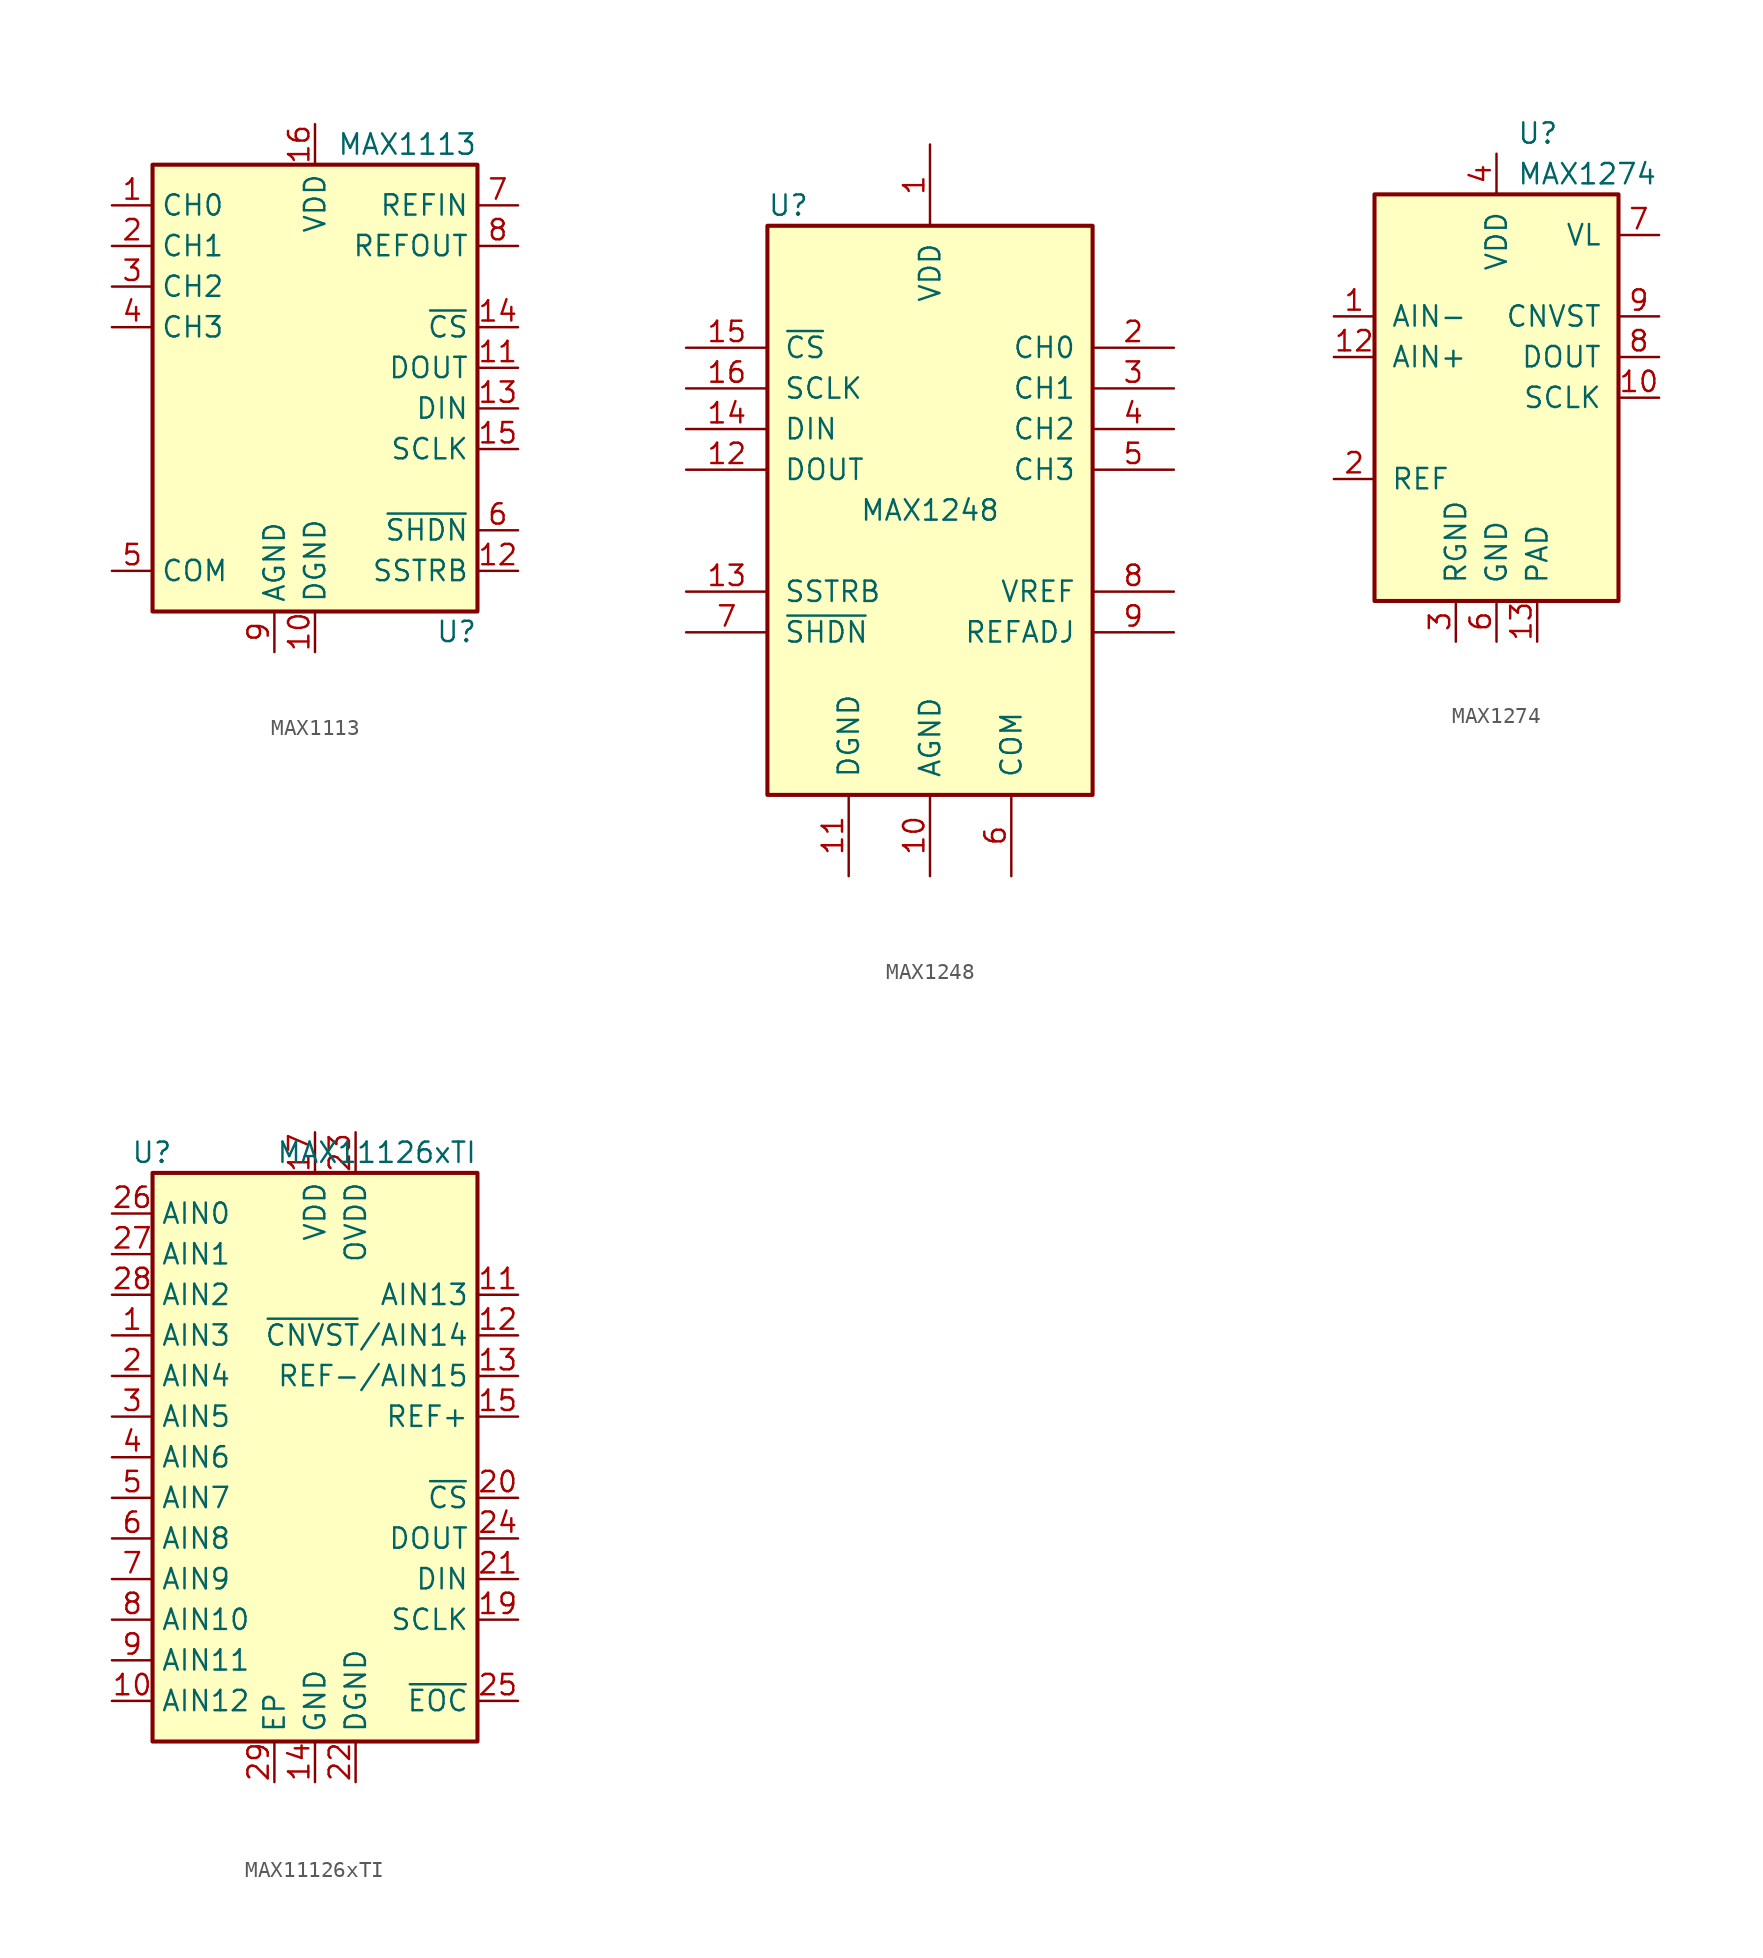
<source format=kicad_sym>
(kicad_symbol_lib
  (version 20201005)
  (generator kicad_symbol_editor)
  (symbol "Analog_ADC:MAX1113"
    (property "Reference" "U"
      (at 10.16 -13.97 0)
      (effects (font (size 1.27 1.27)) (justify right)))
    (property "Value" "MAX1113"
      (at 10.16 16.51 0)
      (effects (font (size 1.27 1.27)) (justify right)))
    (symbol "MAX1113_0_1"
      (rectangle (start 10.16 15.24) (end -10.16 -12.7) (stroke (width 0.254)) (fill (type background))))
    (symbol "MAX1113_1_1"
      (pin input line (at -12.7 12.7 0) (length 2.54) (name "CH0" (effects (font (size 1.27 1.27)))) (number "1" (effects (font (size 1.27 1.27)))))
      (pin power_in line (at 0 -15.24 90) (length 2.54) (name "DGND" (effects (font (size 1.27 1.27)))) (number "10" (effects (font (size 1.27 1.27)))))
      (pin output line (at 12.7 2.54 180) (length 2.54) (name "DOUT" (effects (font (size 1.27 1.27)))) (number "11" (effects (font (size 1.27 1.27)))))
      (pin output line (at 12.7 -10.16 180) (length 2.54) (name "SSTRB" (effects (font (size 1.27 1.27)))) (number "12" (effects (font (size 1.27 1.27)))))
      (pin input line (at 12.7 0 180) (length 2.54) (name "DIN" (effects (font (size 1.27 1.27)))) (number "13" (effects (font (size 1.27 1.27)))))
      (pin input line (at 12.7 5.08 180) (length 2.54) (name "~CS" (effects (font (size 1.27 1.27)))) (number "14" (effects (font (size 1.27 1.27)))))
      (pin input line (at 12.7 -2.54 180) (length 2.54) (name "SCLK" (effects (font (size 1.27 1.27)))) (number "15" (effects (font (size 1.27 1.27)))))
      (pin power_in line (at 0 17.78 270) (length 2.54) (name "VDD" (effects (font (size 1.27 1.27)))) (number "16" (effects (font (size 1.27 1.27)))))
      (pin input line (at -12.7 10.16 0) (length 2.54) (name "CH1" (effects (font (size 1.27 1.27)))) (number "2" (effects (font (size 1.27 1.27)))))
      (pin input line (at -12.7 7.62 0) (length 2.54) (name "CH2" (effects (font (size 1.27 1.27)))) (number "3" (effects (font (size 1.27 1.27)))))
      (pin input line (at -12.7 5.08 0) (length 2.54) (name "CH3" (effects (font (size 1.27 1.27)))) (number "4" (effects (font (size 1.27 1.27)))))
      (pin power_in line (at -12.7 -10.16 0) (length 2.54) (name "COM" (effects (font (size 1.27 1.27)))) (number "5" (effects (font (size 1.27 1.27)))))
      (pin input line (at 12.7 -7.62 180) (length 2.54) (name "~SHDN" (effects (font (size 1.27 1.27)))) (number "6" (effects (font (size 1.27 1.27)))))
      (pin power_in line (at 12.7 12.7 180) (length 2.54) (name "REFIN" (effects (font (size 1.27 1.27)))) (number "7" (effects (font (size 1.27 1.27)))))
      (pin power_out line (at 12.7 10.16 180) (length 2.54) (name "REFOUT" (effects (font (size 1.27 1.27)))) (number "8" (effects (font (size 1.27 1.27)))))
      (pin power_in line (at -2.54 -15.24 90) (length 2.54) (name "AGND" (effects (font (size 1.27 1.27)))) (number "9" (effects (font (size 1.27 1.27)))))))
  (symbol "Analog_ADC:MAX1248"
    (pin_names
      (offset 1.016))
    (property "Reference" "U"
      (at -10.16 19.05 0)
      (effects (font (size 1.27 1.27)) (justify left)))
    (property "Value" "MAX1248"
      (at 0 0 0)
      (effects (font (size 1.27 1.27))))
    (symbol "MAX1248_0_1"
      (rectangle (start -10.16 17.78) (end 10.16 -17.78) (stroke (width 0.254)) (fill (type background))))
    (symbol "MAX1248_1_1"
      (pin power_in line (at 0 22.86 270) (length 5.08) (name "VDD" (effects (font (size 1.27 1.27)))) (number "1" (effects (font (size 1.27 1.27)))))
      (pin power_in line (at 0 -22.86 90) (length 5.08) (name "AGND" (effects (font (size 1.27 1.27)))) (number "10" (effects (font (size 1.27 1.27)))))
      (pin power_in line (at -5.08 -22.86 90) (length 5.08) (name "DGND" (effects (font (size 1.27 1.27)))) (number "11" (effects (font (size 1.27 1.27)))))
      (pin output line (at -15.24 2.54 0) (length 5.08) (name "DOUT" (effects (font (size 1.27 1.27)))) (number "12" (effects (font (size 1.27 1.27)))))
      (pin output line (at -15.24 -5.08 0) (length 5.08) (name "SSTRB" (effects (font (size 1.27 1.27)))) (number "13" (effects (font (size 1.27 1.27)))))
      (pin input line (at -15.24 5.08 0) (length 5.08) (name "DIN" (effects (font (size 1.27 1.27)))) (number "14" (effects (font (size 1.27 1.27)))))
      (pin input line (at -15.24 10.16 0) (length 5.08) (name "~CS" (effects (font (size 1.27 1.27)))) (number "15" (effects (font (size 1.27 1.27)))))
      (pin input line (at -15.24 7.62 0) (length 5.08) (name "SCLK" (effects (font (size 1.27 1.27)))) (number "16" (effects (font (size 1.27 1.27)))))
      (pin input line (at 15.24 10.16 180) (length 5.08) (name "CH0" (effects (font (size 1.27 1.27)))) (number "2" (effects (font (size 1.27 1.27)))))
      (pin input line (at 15.24 7.62 180) (length 5.08) (name "CH1" (effects (font (size 1.27 1.27)))) (number "3" (effects (font (size 1.27 1.27)))))
      (pin input line (at 15.24 5.08 180) (length 5.08) (name "CH2" (effects (font (size 1.27 1.27)))) (number "4" (effects (font (size 1.27 1.27)))))
      (pin input line (at 15.24 2.54 180) (length 5.08) (name "CH3" (effects (font (size 1.27 1.27)))) (number "5" (effects (font (size 1.27 1.27)))))
      (pin power_in line (at 5.08 -22.86 90) (length 5.08) (name "COM" (effects (font (size 1.27 1.27)))) (number "6" (effects (font (size 1.27 1.27)))))
      (pin tri_state line (at -15.24 -7.62 0) (length 5.08) (name "~SHDN" (effects (font (size 1.27 1.27)))) (number "7" (effects (font (size 1.27 1.27)))))
      (pin power_in line (at 15.24 -5.08 180) (length 5.08) (name "VREF" (effects (font (size 1.27 1.27)))) (number "8" (effects (font (size 1.27 1.27)))))
      (pin input line (at 15.24 -7.62 180) (length 5.08) (name "REFADJ" (effects (font (size 1.27 1.27)))) (number "9" (effects (font (size 1.27 1.27)))))))
  (symbol "Analog_ADC:MAX1274"
    (pin_names
      (offset 1.016))
    (property "Reference" "U"
      (at 1.27 16.51 0)
      (effects (font (size 1.27 1.27)) (justify left)))
    (property "Value" "MAX1274"
      (at 1.27 13.97 0)
      (effects (font (size 1.27 1.27)) (justify left)))
    (symbol "MAX1274_1_1"
      (rectangle (start -7.62 12.7) (end 7.62 -12.7) (stroke (width 0.254)) (fill (type background)))
      (pin input line (at -10.16 5.08 0) (length 2.54) (name "AIN-" (effects (font (size 1.27 1.27)))) (number "1" (effects (font (size 1.27 1.27)))))
      (pin input line (at 10.16 0 180) (length 2.54) (name "SCLK" (effects (font (size 1.27 1.27)))) (number "10" (effects (font (size 1.27 1.27)))))
      (pin no_connect line (at 10.16 -5.08 180) (length 2.54) hide (name "NC" (effects (font (size 1.27 1.27)))) (number "11" (effects (font (size 1.27 1.27)))))
      (pin input line (at -10.16 2.54 0) (length 2.54) (name "AIN+" (effects (font (size 1.27 1.27)))) (number "12" (effects (font (size 1.27 1.27)))))
      (pin power_in line (at 2.54 -15.24 90) (length 2.54) (name "PAD" (effects (font (size 1.27 1.27)))) (number "13" (effects (font (size 1.27 1.27)))))
      (pin input line (at -10.16 -5.08 0) (length 2.54) (name "REF" (effects (font (size 1.27 1.27)))) (number "2" (effects (font (size 1.27 1.27)))))
      (pin power_in line (at -2.54 -15.24 90) (length 2.54) (name "RGND" (effects (font (size 1.27 1.27)))) (number "3" (effects (font (size 1.27 1.27)))))
      (pin power_in line (at 0 15.24 270) (length 2.54) (name "VDD" (effects (font (size 1.27 1.27)))) (number "4" (effects (font (size 1.27 1.27)))))
      (pin no_connect line (at 10.16 -7.62 180) (length 2.54) hide (name "NC" (effects (font (size 1.27 1.27)))) (number "5" (effects (font (size 1.27 1.27)))))
      (pin power_in line (at 0 -15.24 90) (length 2.54) (name "GND" (effects (font (size 1.27 1.27)))) (number "6" (effects (font (size 1.27 1.27)))))
      (pin power_in line (at 10.16 10.16 180) (length 2.54) (name "VL" (effects (font (size 1.27 1.27)))) (number "7" (effects (font (size 1.27 1.27)))))
      (pin output line (at 10.16 2.54 180) (length 2.54) (name "DOUT" (effects (font (size 1.27 1.27)))) (number "8" (effects (font (size 1.27 1.27)))))
      (pin input line (at 10.16 5.08 180) (length 2.54) (name "CNVST" (effects (font (size 1.27 1.27)))) (number "9" (effects (font (size 1.27 1.27)))))))
  (symbol "Analog_ADC:MAX11126xTI"
    (property "Reference" "U"
      (at -8.89 19.05 0)
      (effects (font (size 1.27 1.27)) (justify right)))
    (property "Value" "MAX11126xTI"
      (at 10.16 19.05 0)
      (effects (font (size 1.27 1.27)) (justify right)))
    (symbol "MAX11126xTI_0_1"
      (rectangle (start 10.16 17.78) (end -10.16 -17.78) (stroke (width 0.254)) (fill (type background))))
    (symbol "MAX11126xTI_1_1"
      (pin input line (at -12.7 7.62 0) (length 2.54) (name "AIN3" (effects (font (size 1.27 1.27)))) (number "1" (effects (font (size 1.27 1.27)))))
      (pin input line (at -12.7 -15.24 0) (length 2.54) (name "AIN12" (effects (font (size 1.27 1.27)))) (number "10" (effects (font (size 1.27 1.27)))))
      (pin input line (at 12.7 10.16 180) (length 2.54) (name "AIN13" (effects (font (size 1.27 1.27)))) (number "11" (effects (font (size 1.27 1.27)))))
      (pin input line (at 12.7 7.62 180) (length 2.54) (name "~CNVST~/AIN14" (effects (font (size 1.27 1.27)))) (number "12" (effects (font (size 1.27 1.27)))))
      (pin input line (at 12.7 5.08 180) (length 2.54) (name "REF-/AIN15" (effects (font (size 1.27 1.27)))) (number "13" (effects (font (size 1.27 1.27)))))
      (pin power_in line (at 0 -20.32 90) (length 2.54) (name "GND" (effects (font (size 1.27 1.27)))) (number "14" (effects (font (size 1.27 1.27)))))
      (pin input line (at 12.7 2.54 180) (length 2.54) (name "REF+" (effects (font (size 1.27 1.27)))) (number "15" (effects (font (size 1.27 1.27)))))
      (pin passive line (at 0 -20.32 90) (length 2.54) hide (name "GND" (effects (font (size 1.27 1.27)))) (number "16" (effects (font (size 1.27 1.27)))))
      (pin power_in line (at 0 20.32 270) (length 2.54) (name "VDD" (effects (font (size 1.27 1.27)))) (number "17" (effects (font (size 1.27 1.27)))))
      (pin passive line (at 0 20.32 270) (length 2.54) hide (name "VDD" (effects (font (size 1.27 1.27)))) (number "18" (effects (font (size 1.27 1.27)))))
      (pin input line (at 12.7 -10.16 180) (length 2.54) (name "SCLK" (effects (font (size 1.27 1.27)))) (number "19" (effects (font (size 1.27 1.27)))))
      (pin input line (at -12.7 5.08 0) (length 2.54) (name "AIN4" (effects (font (size 1.27 1.27)))) (number "2" (effects (font (size 1.27 1.27)))))
      (pin input line (at 12.7 -2.54 180) (length 2.54) (name "~CS" (effects (font (size 1.27 1.27)))) (number "20" (effects (font (size 1.27 1.27)))))
      (pin input line (at 12.7 -7.62 180) (length 2.54) (name "DIN" (effects (font (size 1.27 1.27)))) (number "21" (effects (font (size 1.27 1.27)))))
      (pin power_in line (at 2.54 -20.32 90) (length 2.54) (name "DGND" (effects (font (size 1.27 1.27)))) (number "22" (effects (font (size 1.27 1.27)))))
      (pin power_in line (at 2.54 20.32 270) (length 2.54) (name "OVDD" (effects (font (size 1.27 1.27)))) (number "23" (effects (font (size 1.27 1.27)))))
      (pin output line (at 12.7 -5.08 180) (length 2.54) (name "DOUT" (effects (font (size 1.27 1.27)))) (number "24" (effects (font (size 1.27 1.27)))))
      (pin output line (at 12.7 -15.24 180) (length 2.54) (name "~EOC" (effects (font (size 1.27 1.27)))) (number "25" (effects (font (size 1.27 1.27)))))
      (pin input line (at -12.7 15.24 0) (length 2.54) (name "AIN0" (effects (font (size 1.27 1.27)))) (number "26" (effects (font (size 1.27 1.27)))))
      (pin input line (at -12.7 12.7 0) (length 2.54) (name "AIN1" (effects (font (size 1.27 1.27)))) (number "27" (effects (font (size 1.27 1.27)))))
      (pin input line (at -12.7 10.16 0) (length 2.54) (name "AIN2" (effects (font (size 1.27 1.27)))) (number "28" (effects (font (size 1.27 1.27)))))
      (pin power_in line (at -2.54 -20.32 90) (length 2.54) (name "EP" (effects (font (size 1.27 1.27)))) (number "29" (effects (font (size 1.27 1.27)))))
      (pin input line (at -12.7 2.54 0) (length 2.54) (name "AIN5" (effects (font (size 1.27 1.27)))) (number "3" (effects (font (size 1.27 1.27)))))
      (pin input line (at -12.7 0 0) (length 2.54) (name "AIN6" (effects (font (size 1.27 1.27)))) (number "4" (effects (font (size 1.27 1.27)))))
      (pin input line (at -12.7 -2.54 0) (length 2.54) (name "AIN7" (effects (font (size 1.27 1.27)))) (number "5" (effects (font (size 1.27 1.27)))))
      (pin input line (at -12.7 -5.08 0) (length 2.54) (name "AIN8" (effects (font (size 1.27 1.27)))) (number "6" (effects (font (size 1.27 1.27)))))
      (pin input line (at -12.7 -7.62 0) (length 2.54) (name "AIN9" (effects (font (size 1.27 1.27)))) (number "7" (effects (font (size 1.27 1.27)))))
      (pin input line (at -12.7 -10.16 0) (length 2.54) (name "AIN10" (effects (font (size 1.27 1.27)))) (number "8" (effects (font (size 1.27 1.27)))))
      (pin input line (at -12.7 -12.7 0) (length 2.54) (name "AIN11" (effects (font (size 1.27 1.27)))) (number "9" (effects (font (size 1.27 1.27))))))))
</source>
